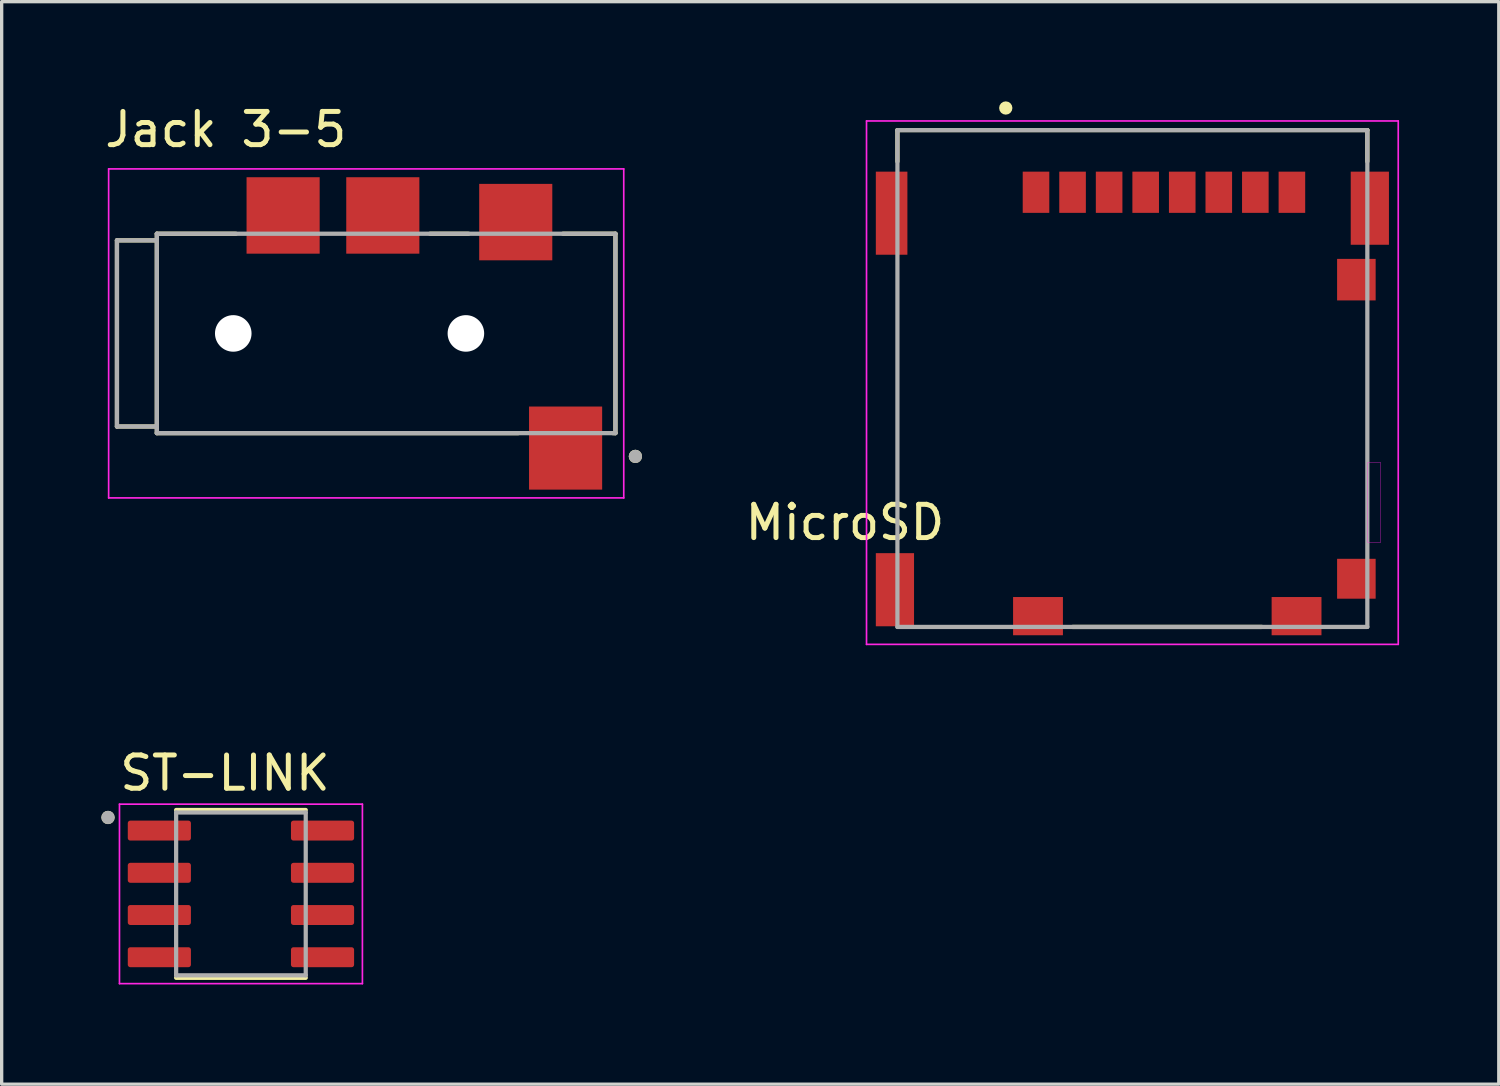
<source format=kicad_pcb>
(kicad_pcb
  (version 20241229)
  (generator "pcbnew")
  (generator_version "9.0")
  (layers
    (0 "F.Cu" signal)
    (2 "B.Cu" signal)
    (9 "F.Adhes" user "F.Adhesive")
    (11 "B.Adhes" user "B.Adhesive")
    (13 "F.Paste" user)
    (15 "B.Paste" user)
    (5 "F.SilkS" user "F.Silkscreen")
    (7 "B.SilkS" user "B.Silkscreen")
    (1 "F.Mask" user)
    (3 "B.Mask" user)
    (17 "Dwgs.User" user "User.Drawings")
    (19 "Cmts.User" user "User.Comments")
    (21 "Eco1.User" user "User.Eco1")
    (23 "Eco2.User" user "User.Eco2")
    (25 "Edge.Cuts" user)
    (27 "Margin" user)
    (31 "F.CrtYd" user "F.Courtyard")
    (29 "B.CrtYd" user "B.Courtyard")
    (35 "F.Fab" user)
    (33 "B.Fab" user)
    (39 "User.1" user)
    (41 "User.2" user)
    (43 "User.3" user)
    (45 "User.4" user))
  (footprint "Jack 3-5"
    (layer "F.Cu")
    (at 7.969 6.983)
    (property "Reference" "Jack 3-5" (at -4.225 -6.135 0) (layer "F.SilkS") (effects (font (size 1 1) (thickness 0.15))))
    (attr smd)
    (fp_line (start -7.5 -2.8) (end -7.5 2.8) (stroke (width 0.127) (type solid)) (layer "F.SilkS"))
    (fp_line (start -7.5 2.8) (end -6.3 2.8) (stroke (width 0.127) (type solid)) (layer "F.SilkS"))
    (fp_line (start -6.3 -3) (end -3.92 -3) (stroke (width 0.127) (type solid)) (layer "F.SilkS"))
    (fp_line (start -6.3 -2.8) (end -7.5 -2.8) (stroke (width 0.127) (type solid)) (layer "F.SilkS"))
    (fp_line (start -6.3 2.8) (end -6.3 -3) (stroke (width 0.127) (type solid)) (layer "F.SilkS"))
    (fp_line (start -6.3 3) (end -6.3 2.8) (stroke (width 0.127) (type solid)) (layer "F.SilkS"))
    (fp_line (start 1.92 -3) (end 3.08 -3) (stroke (width 0.127) (type solid)) (layer "F.SilkS"))
    (fp_line (start 4.58 3) (end -6.3 3) (stroke (width 0.127) (type solid)) (layer "F.SilkS"))
    (fp_line (start 5.92 -3) (end 7.5 -3) (stroke (width 0.127) (type solid)) (layer "F.SilkS"))
    (fp_line (start 7.5 -3) (end 7.5 3) (stroke (width 0.127) (type solid)) (layer "F.SilkS"))
    (fp_line (start 7.5 3) (end 7.42 3) (stroke (width 0.127) (type solid)) (layer "F.SilkS"))
    (fp_circle (center 8.1 3.7) (end 8.2 3.7) (stroke (width 0.2) (type solid)) (fill no) (layer "F.SilkS"))
    (fp_line (start -7.75 -4.95) (end 7.75 -4.95) (stroke (width 0.05) (type solid)) (layer "F.CrtYd"))
    (fp_line (start -7.75 4.95) (end -7.75 -4.95) (stroke (width 0.05) (type solid)) (layer "F.CrtYd"))
    (fp_line (start 7.75 -4.95) (end 7.75 4.95) (stroke (width 0.05) (type solid)) (layer "F.CrtYd"))
    (fp_line (start 7.75 4.95) (end -7.75 4.95) (stroke (width 0.05) (type solid)) (layer "F.CrtYd"))
    (fp_line (start -7.5 -2.8) (end -7.5 2.8) (stroke (width 0.127) (type solid)) (layer "F.Fab"))
    (fp_line (start -7.5 2.8) (end -6.3 2.8) (stroke (width 0.127) (type solid)) (layer "F.Fab"))
    (fp_line (start -6.3 -3) (end 7.5 -3) (stroke (width 0.127) (type solid)) (layer "F.Fab"))
    (fp_line (start -6.3 -2.8) (end -7.5 -2.8) (stroke (width 0.127) (type solid)) (layer "F.Fab"))
    (fp_line (start -6.3 -2.8) (end -6.3 -3) (stroke (width 0.127) (type solid)) (layer "F.Fab"))
    (fp_line (start -6.3 2.8) (end -6.3 -2.8) (stroke (width 0.127) (type solid)) (layer "F.Fab"))
    (fp_line (start -6.3 3) (end -6.3 2.8) (stroke (width 0.127) (type solid)) (layer "F.Fab"))
    (fp_line (start 7.5 -3) (end 7.5 3) (stroke (width 0.127) (type solid)) (layer "F.Fab"))
    (fp_line (start 7.5 3) (end -6.3 3) (stroke (width 0.127) (type solid)) (layer "F.Fab"))
    (fp_circle (center 8.1 3.7) (end 8.2 3.7) (stroke (width 0.2) (type solid)) (fill no) (layer "F.Fab"))
    (pad "" np_thru_hole circle (at -4 0) (size 1.1 1.1) (drill 1.1) (layers "*.Cu" "*.Mask"))
    (pad "" np_thru_hole circle (at 3 0) (size 1.1 1.1) (drill 1.1) (layers "*.Cu" "*.Mask"))
    (pad "1" smd rect (at 6 3.45) (size 2.2 2.5) (layers "F.Cu" "F.Mask" "F.Paste"))
    (pad "2" smd rect (at 4.5 -3.35) (size 2.2 2.3) (layers "F.Cu" "F.Mask" "F.Paste"))
    (pad "3" smd rect (at 0.5 -3.55) (size 2.2 2.3) (layers "F.Cu" "F.Mask" "F.Paste"))
    (pad "4" smd rect (at -2.5 -3.55) (size 2.2 2.3) (layers "F.Cu" "F.Mask" "F.Paste")))
  (footprint "MicroSD"
    (layer "F.Cu")
    (at 31.024 9.09)
    (property "Reference" "MicroSD" (at -8.649 3.581 180) (layer "F.SilkS") (effects (font (size 1.002 1.002) (thickness 0.15))))
    (attr smd)
    (fp_line (start -7.07 -8.225) (end 7.07 -8.225) (stroke (width 0.127) (type solid)) (layer "F.SilkS"))
    (fp_line (start -7.07 -7.28) (end -7.07 -8.225) (stroke (width 0.127) (type solid)) (layer "F.SilkS"))
    (fp_line (start -1.8 6.725) (end 3.9 6.725) (stroke (width 0.127) (type solid)) (layer "F.SilkS"))
    (fp_line (start 7.07 -8.225) (end 7.07 -7.28) (stroke (width 0.127) (type solid)) (layer "F.SilkS"))
    (fp_circle (center -3.81 -8.89) (end -3.71 -8.89) (stroke (width 0.2) (type solid)) (fill no) (layer "F.SilkS"))
    (fp_line (start -8 -8.5) (end -8 7.25) (stroke (width 0.05) (type solid)) (layer "F.CrtYd"))
    (fp_line (start -8 7.25) (end 8 7.25) (stroke (width 0.05) (type solid)) (layer "F.CrtYd"))
    (fp_line (start 8 -8.5) (end -8 -8.5) (stroke (width 0.05) (type solid)) (layer "F.CrtYd"))
    (fp_line (start 8 7.25) (end 8 -8.5) (stroke (width 0.05) (type solid)) (layer "F.CrtYd"))
    (fp_poly (pts (xy 7.085 1.775) (xy 7.47 1.775) (xy 7.47 4.184) (xy 7.085 4.184)) (stroke (width 0.01) (type solid)) (fill no) (layer "F.CrtYd"))
    (fp_line (start -7.07 -8.225) (end 7.07 -8.225) (stroke (width 0.127) (type solid)) (layer "F.Fab"))
    (fp_line (start -7.07 6.725) (end -7.07 -8.225) (stroke (width 0.127) (type solid)) (layer "F.Fab"))
    (fp_line (start 7.07 -8.225) (end 7.07 6.725) (stroke (width 0.127) (type solid)) (layer "F.Fab"))
    (fp_line (start 7.07 6.725) (end -7.07 6.725) (stroke (width 0.127) (type solid)) (layer "F.Fab"))
    (pad "1" smd rect (at -2.9 -6.355) (size 0.8 1.24) (layers "F.Cu" "F.Mask" "F.Paste"))
    (pad "2" smd rect (at -1.8 -6.355) (size 0.8 1.24) (layers "F.Cu" "F.Mask" "F.Paste"))
    (pad "3" smd rect (at -0.7 -6.355) (size 0.8 1.24) (layers "F.Cu" "F.Mask" "F.Paste"))
    (pad "4" smd rect (at 0.4 -6.355) (size 0.8 1.24) (layers "F.Cu" "F.Mask" "F.Paste"))
    (pad "5" smd rect (at 1.5 -6.355) (size 0.8 1.24) (layers "F.Cu" "F.Mask" "F.Paste"))
    (pad "6" smd rect (at 2.6 -6.355) (size 0.8 1.24) (layers "F.Cu" "F.Mask" "F.Paste"))
    (pad "7" smd rect (at 3.7 -6.355) (size 0.8 1.24) (layers "F.Cu" "F.Mask" "F.Paste"))
    (pad "8" smd rect (at 4.8 -6.355) (size 0.8 1.24) (layers "F.Cu" "F.Mask" "F.Paste"))
    (pad "DT" smd rect (at 6.74 5.275) (size 1.16 1.2) (layers "F.Cu" "F.Mask" "F.Paste"))
    (pad "P1" smd rect (at -7.245 -5.725) (size 0.95 2.5) (layers "F.Cu" "F.Mask" "F.Paste"))
    (pad "P2" smd rect (at 7.145 -5.875) (size 1.15 2.2) (layers "F.Cu" "F.Mask" "F.Paste"))
    (pad "P3" smd rect (at -7.145 5.605) (size 1.15 2.2) (layers "F.Cu" "F.Mask" "F.Paste"))
    (pad "P4" smd rect (at -2.84 6.4) (size 1.5 1.15) (layers "F.Cu" "F.Mask" "F.Paste"))
    (pad "P5" smd rect (at 4.94 6.4) (size 1.5 1.15) (layers "F.Cu" "F.Mask" "F.Paste"))
    (pad "SW" smd rect (at 6.74 -3.725) (size 1.16 1.25) (layers "F.Cu" "F.Mask" "F.Paste"))
    (zone (net_name "") (layer "F.Cu") (hatch full 0.508) (connect_pads) (min_thickness 0.01) (filled_areas_thickness no) (keepout (tracks not_allowed) (vias not_allowed) (pads not_allowed) (copperpour not_allowed) (footprints allowed)) (placement (enabled no)) (fill) (polygon (pts (xy 27.365 8.365) (xy 36.574 8.365) (xy 36.574 11.772) (xy 27.365 11.772))))
    (zone (net_name "") (layer "F.Cu") (hatch full 0.508) (connect_pads) (min_thickness 0.01) (filled_areas_thickness no) (keepout (tracks not_allowed) (vias not_allowed) (pads not_allowed) (copperpour not_allowed) (footprints allowed)) (placement (enabled no)) (fill) (polygon (pts (xy 27.366 3.605) (xy 36.574 3.605) (xy 36.574 8.363) (xy 27.366 8.363))))
    (zone (net_name "") (layers "F.Cu" "B.Cu") (hatch full 0.508) (connect_pads) (min_thickness 0.01) (filled_areas_thickness no) (keepout (tracks allowed) (vias not_allowed) (pads allowed) (copperpour allowed) (footprints allowed)) (placement (enabled no)) (fill) (polygon (pts (xy 27.368 3.605) (xy 36.574 3.605) (xy 36.574 8.364) (xy 27.368 8.364))))
    (zone (net_name "") (layer "B.Cu") (hatch full 0.508) (connect_pads) (min_thickness 0.01) (filled_areas_thickness no) (keepout (tracks not_allowed) (vias not_allowed) (pads not_allowed) (copperpour not_allowed) (footprints allowed)) (placement (enabled no)) (fill) (polygon (pts (xy 27.369 3.605) (xy 36.574 3.605) (xy 36.574 8.364) (xy 27.369 8.364)))))
  (footprint "ST-LINK"
    (layer "F.Cu")
    (at 4.2 23.848)
    (property "Reference" "ST-LINK" (at -0.48 -3.635 0) (layer "F.SilkS") (effects (font (size 1 1) (thickness 0.15))))
    (attr smd)
    (fp_line (start -1.95 -2.525) (end 1.95 -2.525) (stroke (width 0.127) (type solid)) (layer "F.SilkS"))
    (fp_line (start -1.95 2.525) (end 1.95 2.525) (stroke (width 0.127) (type solid)) (layer "F.SilkS"))
    (fp_circle (center -4 -2.3) (end -3.9 -2.3) (stroke (width 0.2) (type solid)) (fill no) (layer "F.SilkS"))
    (fp_line (start -3.655 -2.7) (end -3.655 2.7) (stroke (width 0.05) (type solid)) (layer "F.CrtYd"))
    (fp_line (start -3.655 -2.7) (end 3.655 -2.7) (stroke (width 0.05) (type solid)) (layer "F.CrtYd"))
    (fp_line (start -3.655 2.7) (end 3.655 2.7) (stroke (width 0.05) (type solid)) (layer "F.CrtYd"))
    (fp_line (start 3.655 -2.7) (end 3.655 2.7) (stroke (width 0.05) (type solid)) (layer "F.CrtYd"))
    (fp_line (start -1.95 -2.45) (end -1.95 2.45) (stroke (width 0.127) (type solid)) (layer "F.Fab"))
    (fp_line (start -1.95 -2.45) (end 1.95 -2.45) (stroke (width 0.127) (type solid)) (layer "F.Fab"))
    (fp_line (start -1.95 2.45) (end 1.95 2.45) (stroke (width 0.127) (type solid)) (layer "F.Fab"))
    (fp_line (start 1.95 -2.45) (end 1.95 2.45) (stroke (width 0.127) (type solid)) (layer "F.Fab"))
    (fp_circle (center -4 -2.3) (end -3.9 -2.3) (stroke (width 0.2) (type solid)) (fill no) (layer "F.Fab"))
    (pad "1" smd roundrect (at -2.455 -1.905) (size 1.9 0.6) (layers "F.Cu" "F.Mask" "F.Paste") (roundrect_rratio 0.125))
    (pad "2" smd roundrect (at -2.455 -0.635) (size 1.9 0.6) (layers "F.Cu" "F.Mask" "F.Paste") (roundrect_rratio 0.125))
    (pad "3" smd roundrect (at -2.455 0.635) (size 1.9 0.6) (layers "F.Cu" "F.Mask" "F.Paste") (roundrect_rratio 0.125))
    (pad "4" smd roundrect (at -2.455 1.905) (size 1.9 0.6) (layers "F.Cu" "F.Mask" "F.Paste") (roundrect_rratio 0.125))
    (pad "5" smd roundrect (at 2.455 1.905) (size 1.9 0.6) (layers "F.Cu" "F.Mask" "F.Paste") (roundrect_rratio 0.125))
    (pad "6" smd roundrect (at 2.455 0.635) (size 1.9 0.6) (layers "F.Cu" "F.Mask" "F.Paste") (roundrect_rratio 0.125))
    (pad "7" smd roundrect (at 2.455 -0.635) (size 1.9 0.6) (layers "F.Cu" "F.Mask" "F.Paste") (roundrect_rratio 0.125))
    (pad "8" smd roundrect (at 2.455 -1.905) (size 1.9 0.6) (layers "F.Cu" "F.Mask" "F.Paste") (roundrect_rratio 0.125)))
  (gr_rect
    (start -3 -3)
    (end 42.049 29.573)
    (stroke (width 0.1) (type default))
    (fill no)
    (layer "Edge.Cuts")))
</source>
